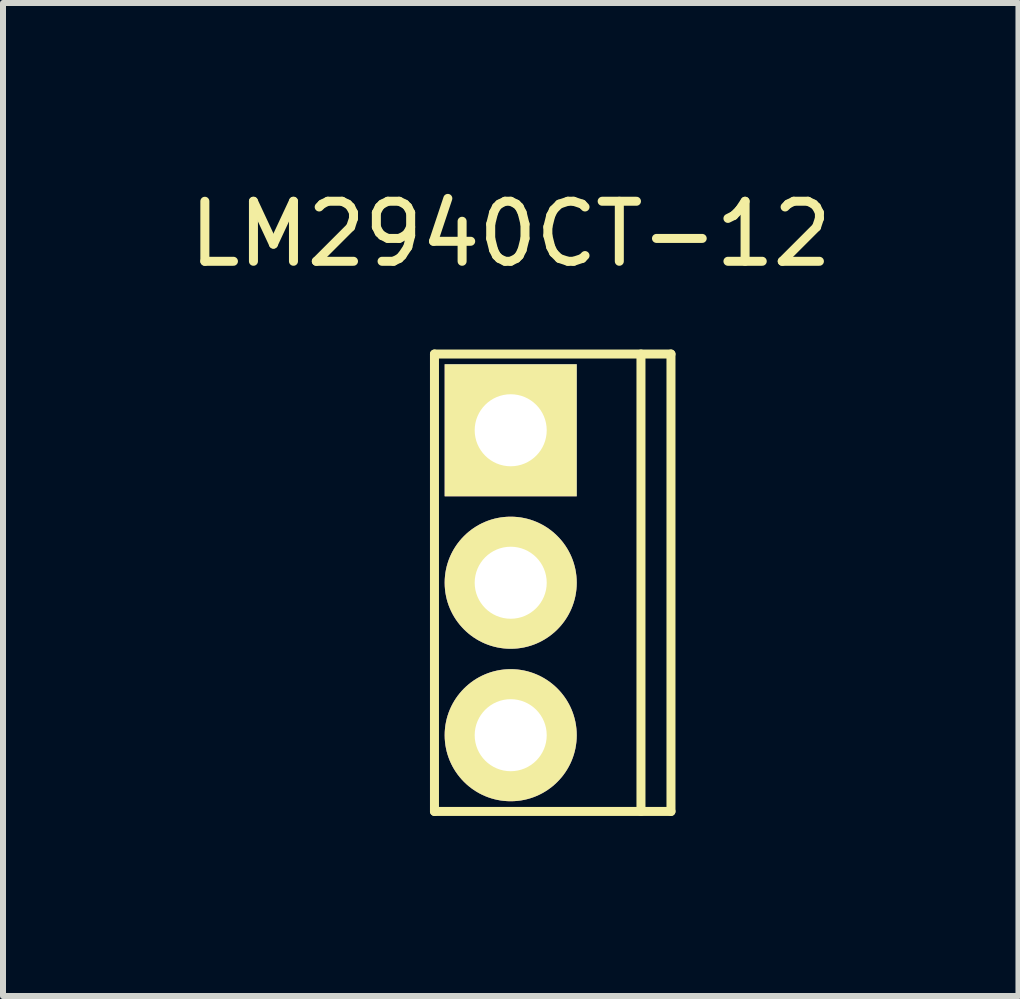
<source format=kicad_pcb>
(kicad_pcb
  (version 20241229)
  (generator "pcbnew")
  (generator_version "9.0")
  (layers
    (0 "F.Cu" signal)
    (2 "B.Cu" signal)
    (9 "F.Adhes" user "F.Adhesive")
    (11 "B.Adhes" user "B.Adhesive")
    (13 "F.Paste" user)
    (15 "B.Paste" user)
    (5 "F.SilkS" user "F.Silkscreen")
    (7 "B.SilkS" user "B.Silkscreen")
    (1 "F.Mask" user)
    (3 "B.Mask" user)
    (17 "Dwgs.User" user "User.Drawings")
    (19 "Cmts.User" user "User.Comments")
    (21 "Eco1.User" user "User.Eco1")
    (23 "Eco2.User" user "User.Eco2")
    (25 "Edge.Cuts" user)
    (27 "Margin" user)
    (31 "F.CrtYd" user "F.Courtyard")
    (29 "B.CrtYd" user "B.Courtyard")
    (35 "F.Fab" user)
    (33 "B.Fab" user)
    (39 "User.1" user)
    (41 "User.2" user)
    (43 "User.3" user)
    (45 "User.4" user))
  (footprint "LM2940CT-12"
    (layer "F.Cu")
    (at 5.458 4.118)
    (property "Reference" "LM2940CT-12" (at 0 -3.27 0) (layer "F.SilkS") (effects (font (size 1 1) (thickness 0.15))))
    (attr through_hole)
    (fp_line (start -1.27 -1.27) (end -1.27 6.35) (stroke (width 0.15) (type solid)) (layer "F.SilkS"))
    (fp_line (start -1.27 -1.27) (end 2.67 -1.27) (stroke (width 0.15) (type solid)) (layer "F.SilkS"))
    (fp_line (start -1.27 6.35) (end 2.67 6.35) (stroke (width 0.15) (type solid)) (layer "F.SilkS"))
    (fp_line (start 2.17 -1.27) (end 2.17 6.35) (stroke (width 0.15) (type solid)) (layer "F.SilkS"))
    (fp_line (start 2.67 -1.27) (end 2.67 6.35) (stroke (width 0.15) (type solid)) (layer "F.SilkS"))
    (pad "1" thru_hole rect (at 0 0) (size 2.2 2.2) (drill 1.2) (layers "*.Cu" "*.Mask" "F.SilkS"))
    (pad "2" thru_hole circle (at 0 2.54) (size 2.2 2.2) (drill 1.2) (layers "*.Cu" "*.Mask" "F.SilkS"))
    (pad "3" thru_hole circle (at 0 5.08) (size 2.2 2.2) (drill 1.2) (layers "*.Cu" "*.Mask" "F.SilkS")))
  (gr_rect
    (start -3 -3)
    (end 13.917 13.543)
    (stroke (width 0.1) (type default))
    (fill no)
    (layer "Edge.Cuts")))
</source>
